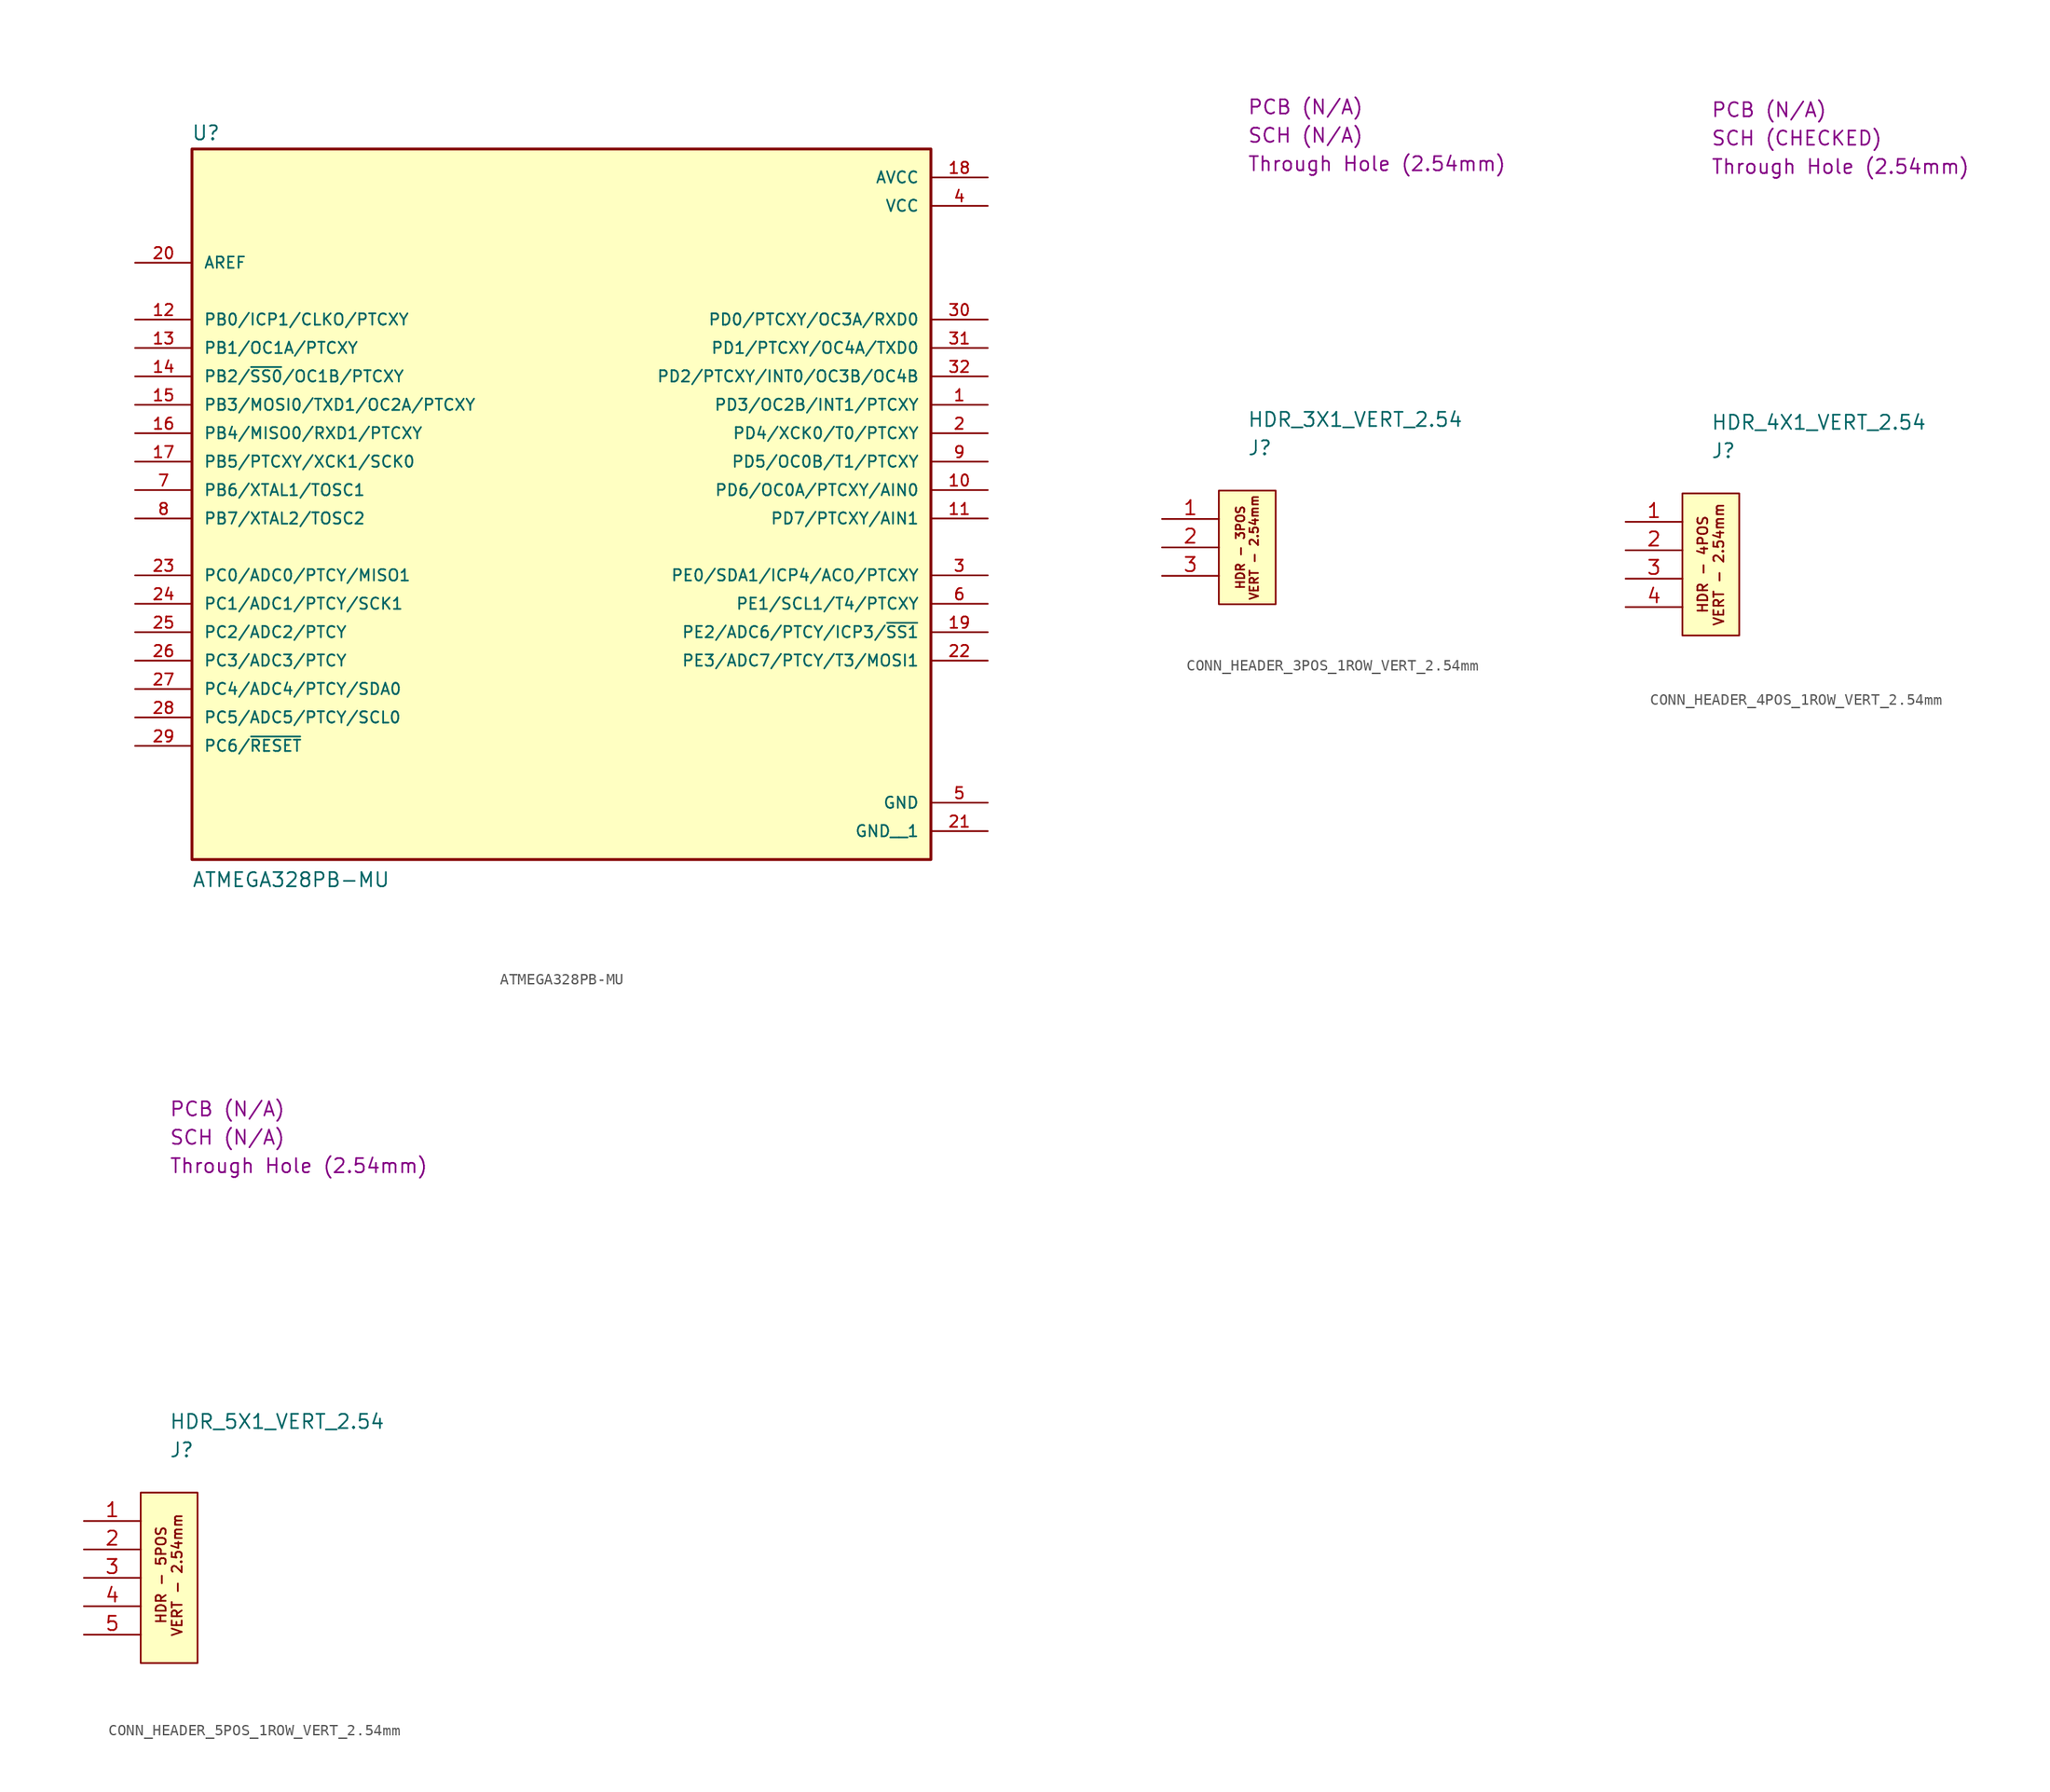
<source format=kicad_sym>
(kicad_symbol_lib
  (version 20231120)
  (generator "kicad_symbol_editor")
  (generator_version "8.0")
  (symbol "ATMEGA328PB-MU"
    (pin_names
      (offset 1.016))
    (property "Reference" "U"
      (at -33.081 31.172 0)
      (effects (font (size 1.27 1.27)) (justify left bottom)))
    (property "Value" "ATMEGA328PB-MU"
      (at -33.034 -35.574 0)
      (effects (font (size 1.27 1.27)) (justify left bottom)))
    (symbol "ATMEGA328PB-MU_0_0"
      (rectangle (start -33.02 -33.02) (end 33.02 30.48) (stroke (width 0.254) (type default)) (fill (type background)))
      (pin bidirectional line (at 38.1 7.62 180) (length 5.08) (name "PD3/OC2B/INT1/PTCXY" (effects (font (size 1.016 1.016)))) (number "1" (effects (font (size 1.016 1.016)))))
      (pin bidirectional line (at 38.1 0 180) (length 5.08) (name "PD6/OC0A/PTCXY/AIN0" (effects (font (size 1.016 1.016)))) (number "10" (effects (font (size 1.016 1.016)))))
      (pin bidirectional line (at 38.1 -2.54 180) (length 5.08) (name "PD7/PTCXY/AIN1" (effects (font (size 1.016 1.016)))) (number "11" (effects (font (size 1.016 1.016)))))
      (pin bidirectional line (at -38.1 15.24 0) (length 5.08) (name "PB0/ICP1/CLKO/PTCXY" (effects (font (size 1.016 1.016)))) (number "12" (effects (font (size 1.016 1.016)))))
      (pin bidirectional line (at -38.1 12.7 0) (length 5.08) (name "PB1/OC1A/PTCXY" (effects (font (size 1.016 1.016)))) (number "13" (effects (font (size 1.016 1.016)))))
      (pin bidirectional line (at -38.1 10.16 0) (length 5.08) (name "PB2/~{SS0}/OC1B/PTCXY" (effects (font (size 1.016 1.016)))) (number "14" (effects (font (size 1.016 1.016)))))
      (pin bidirectional line (at -38.1 7.62 0) (length 5.08) (name "PB3/MOSI0/TXD1/OC2A/PTCXY" (effects (font (size 1.016 1.016)))) (number "15" (effects (font (size 1.016 1.016)))))
      (pin bidirectional line (at -38.1 5.08 0) (length 5.08) (name "PB4/MISO0/RXD1/PTCXY" (effects (font (size 1.016 1.016)))) (number "16" (effects (font (size 1.016 1.016)))))
      (pin bidirectional line (at -38.1 2.54 0) (length 5.08) (name "PB5/PTCXY/XCK1/SCK0" (effects (font (size 1.016 1.016)))) (number "17" (effects (font (size 1.016 1.016)))))
      (pin power_in line (at 38.1 27.94 180) (length 5.08) (name "AVCC" (effects (font (size 1.016 1.016)))) (number "18" (effects (font (size 1.016 1.016)))))
      (pin bidirectional line (at 38.1 -12.7 180) (length 5.08) (name "PE2/ADC6/PTCY/ICP3/~{SS1}" (effects (font (size 1.016 1.016)))) (number "19" (effects (font (size 1.016 1.016)))))
      (pin bidirectional line (at 38.1 5.08 180) (length 5.08) (name "PD4/XCK0/T0/PTCXY" (effects (font (size 1.016 1.016)))) (number "2" (effects (font (size 1.016 1.016)))))
      (pin input line (at -38.1 20.32 0) (length 5.08) (name "AREF" (effects (font (size 1.016 1.016)))) (number "20" (effects (font (size 1.016 1.016)))))
      (pin power_in line (at 38.1 -30.48 180) (length 5.08) (name "GND__1" (effects (font (size 1.016 1.016)))) (number "21" (effects (font (size 1.016 1.016)))))
      (pin bidirectional line (at 38.1 -15.24 180) (length 5.08) (name "PE3/ADC7/PTCY/T3/MOSI1" (effects (font (size 1.016 1.016)))) (number "22" (effects (font (size 1.016 1.016)))))
      (pin bidirectional line (at -38.1 -7.62 0) (length 5.08) (name "PC0/ADC0/PTCY/MISO1" (effects (font (size 1.016 1.016)))) (number "23" (effects (font (size 1.016 1.016)))))
      (pin bidirectional line (at -38.1 -10.16 0) (length 5.08) (name "PC1/ADC1/PTCY/SCK1" (effects (font (size 1.016 1.016)))) (number "24" (effects (font (size 1.016 1.016)))))
      (pin bidirectional line (at -38.1 -12.7 0) (length 5.08) (name "PC2/ADC2/PTCY" (effects (font (size 1.016 1.016)))) (number "25" (effects (font (size 1.016 1.016)))))
      (pin bidirectional line (at -38.1 -15.24 0) (length 5.08) (name "PC3/ADC3/PTCY" (effects (font (size 1.016 1.016)))) (number "26" (effects (font (size 1.016 1.016)))))
      (pin bidirectional line (at -38.1 -17.78 0) (length 5.08) (name "PC4/ADC4/PTCY/SDA0" (effects (font (size 1.016 1.016)))) (number "27" (effects (font (size 1.016 1.016)))))
      (pin bidirectional line (at -38.1 -20.32 0) (length 5.08) (name "PC5/ADC5/PTCY/SCL0" (effects (font (size 1.016 1.016)))) (number "28" (effects (font (size 1.016 1.016)))))
      (pin bidirectional line (at -38.1 -22.86 0) (length 5.08) (name "PC6/~{RESET}" (effects (font (size 1.016 1.016)))) (number "29" (effects (font (size 1.016 1.016)))))
      (pin bidirectional line (at 38.1 -7.62 180) (length 5.08) (name "PE0/SDA1/ICP4/ACO/PTCXY" (effects (font (size 1.016 1.016)))) (number "3" (effects (font (size 1.016 1.016)))))
      (pin bidirectional line (at 38.1 15.24 180) (length 5.08) (name "PD0/PTCXY/OC3A/RXD0" (effects (font (size 1.016 1.016)))) (number "30" (effects (font (size 1.016 1.016)))))
      (pin bidirectional line (at 38.1 12.7 180) (length 5.08) (name "PD1/PTCXY/OC4A/TXD0" (effects (font (size 1.016 1.016)))) (number "31" (effects (font (size 1.016 1.016)))))
      (pin bidirectional line (at 38.1 10.16 180) (length 5.08) (name "PD2/PTCXY/INT0/OC3B/OC4B" (effects (font (size 1.016 1.016)))) (number "32" (effects (font (size 1.016 1.016)))))
      (pin power_in line (at 38.1 25.4 180) (length 5.08) (name "VCC" (effects (font (size 1.016 1.016)))) (number "4" (effects (font (size 1.016 1.016)))))
      (pin power_in line (at 38.1 -27.94 180) (length 5.08) (name "GND" (effects (font (size 1.016 1.016)))) (number "5" (effects (font (size 1.016 1.016)))))
      (pin bidirectional line (at 38.1 -10.16 180) (length 5.08) (name "PE1/SCL1/T4/PTCXY" (effects (font (size 1.016 1.016)))) (number "6" (effects (font (size 1.016 1.016)))))
      (pin bidirectional line (at -38.1 0 0) (length 5.08) (name "PB6/XTAL1/TOSC1" (effects (font (size 1.016 1.016)))) (number "7" (effects (font (size 1.016 1.016)))))
      (pin bidirectional line (at -38.1 -2.54 0) (length 5.08) (name "PB7/XTAL2/TOSC2" (effects (font (size 1.016 1.016)))) (number "8" (effects (font (size 1.016 1.016)))))
      (pin bidirectional line (at 38.1 2.54 180) (length 5.08) (name "PD5/OC0B/T1/PTCXY" (effects (font (size 1.016 1.016)))) (number "9" (effects (font (size 1.016 1.016)))))))
  (symbol "CONN_HEADER_3POS_1ROW_VERT_2.54mm"
    (property "Reference" "J"
      (at 2.54 3.81 0)
      (effects (font (size 1.27 1.27)) (justify left)))
    (property "Value" "HDR_3X1_VERT_2.54"
      (at 2.54 6.35 0)
      (effects (font (size 1.27 1.27)) (justify left)))
    (property "Package" "Through Hole (2.54mm)"
      (at 2.54 29.21 0)
      (effects (font (size 1.27 1.27)) (justify left)))
    (property "SCH CHECK" "SCH (N/A)"
      (at 2.54 31.75 0)
      (effects (font (size 1.27 1.27)) (justify left)))
    (property "PCB CHECK" "PCB (N/A)"
      (at 2.54 34.29 0)
      (effects (font (size 1.27 1.27)) (justify left)))
    (symbol "CONN_HEADER_3POS_1ROW_VERT_2.54mm_1_1"
      (rectangle (start 0 0) (end 5.08 -10.16) (stroke (width 0) (type default)) (fill (type background)))
      (text "HDR - 3POS\nVERT - 2.54mm" (at 2.54 -5.08 900) (effects (font (size 0.762 0.762))))
      (pin passive line (at -5.08 -2.54 0) (length 5.08) (name "" (effects (font (size 1.27 1.27)))) (number "1" (effects (font (size 1.27 1.27)))))
      (pin passive line (at -5.08 -5.08 0) (length 5.08) (name "" (effects (font (size 1.27 1.27)))) (number "2" (effects (font (size 1.27 1.27)))))
      (pin passive line (at -5.08 -7.62 0) (length 5.08) (name "" (effects (font (size 1.27 1.27)))) (number "3" (effects (font (size 1.27 1.27)))))))
  (symbol "CONN_HEADER_4POS_1ROW_VERT_2.54mm"
    (property "Reference" "J"
      (at 2.54 3.81 0)
      (effects (font (size 1.27 1.27)) (justify left)))
    (property "Value" "HDR_4X1_VERT_2.54"
      (at 2.54 6.35 0)
      (effects (font (size 1.27 1.27)) (justify left)))
    (property "Package" "Through Hole (2.54mm)"
      (at 2.54 29.21 0)
      (effects (font (size 1.27 1.27)) (justify left)))
    (property "SCH CHECK" "SCH (CHECKED)"
      (at 2.54 31.75 0)
      (effects (font (size 1.27 1.27)) (justify left)))
    (property "PCB CHECK" "PCB (N/A)"
      (at 2.54 34.29 0)
      (effects (font (size 1.27 1.27)) (justify left)))
    (symbol "CONN_HEADER_4POS_1ROW_VERT_2.54mm_1_1"
      (rectangle (start 0 0) (end 5.08 -12.7) (stroke (width 0) (type default)) (fill (type background)))
      (text "HDR - 4POS\nVERT - 2.54mm" (at 2.54 -6.35 900) (effects (font (size 0.889 0.889))))
      (pin passive line (at -5.08 -2.54 0) (length 5.08) (name "" (effects (font (size 1.27 1.27)))) (number "1" (effects (font (size 1.27 1.27)))))
      (pin passive line (at -5.08 -5.08 0) (length 5.08) (name "" (effects (font (size 1.27 1.27)))) (number "2" (effects (font (size 1.27 1.27)))))
      (pin passive line (at -5.08 -7.62 0) (length 5.08) (name "" (effects (font (size 1.27 1.27)))) (number "3" (effects (font (size 1.27 1.27)))))
      (pin passive line (at -5.08 -10.16 0) (length 5.08) (name "" (effects (font (size 1.27 1.27)))) (number "4" (effects (font (size 1.27 1.27)))))))
  (symbol "CONN_HEADER_5POS_1ROW_VERT_2.54mm"
    (property "Reference" "J"
      (at 2.54 3.81 0)
      (effects (font (size 1.27 1.27)) (justify left)))
    (property "Value" "HDR_5X1_VERT_2.54"
      (at 2.54 6.35 0)
      (effects (font (size 1.27 1.27)) (justify left)))
    (property "Package" "Through Hole (2.54mm)"
      (at 2.54 29.21 0)
      (effects (font (size 1.27 1.27)) (justify left)))
    (property "SCH CHECK" "SCH (N/A)"
      (at 2.54 31.75 0)
      (effects (font (size 1.27 1.27)) (justify left)))
    (property "PCB CHECK" "PCB (N/A)"
      (at 2.54 34.29 0)
      (effects (font (size 1.27 1.27)) (justify left)))
    (symbol "CONN_HEADER_5POS_1ROW_VERT_2.54mm_1_1"
      (rectangle (start 0 0) (end 5.08 -15.24) (stroke (width 0) (type default)) (fill (type background)))
      (text "HDR - 5POS\nVERT - 2.54mm" (at 2.54 -7.366 900) (effects (font (size 0.889 0.889))))
      (pin passive line (at -5.08 -2.54 0) (length 5.08) (name "" (effects (font (size 1.27 1.27)))) (number "1" (effects (font (size 1.27 1.27)))))
      (pin passive line (at -5.08 -5.08 0) (length 5.08) (name "" (effects (font (size 1.27 1.27)))) (number "2" (effects (font (size 1.27 1.27)))))
      (pin passive line (at -5.08 -7.62 0) (length 5.08) (name "" (effects (font (size 1.27 1.27)))) (number "3" (effects (font (size 1.27 1.27)))))
      (pin passive line (at -5.08 -10.16 0) (length 5.08) (name "" (effects (font (size 1.27 1.27)))) (number "4" (effects (font (size 1.27 1.27)))))
      (pin passive line (at -5.08 -12.7 0) (length 5.08) (name "" (effects (font (size 1.27 1.27)))) (number "5" (effects (font (size 1.27 1.27))))))))
</source>
